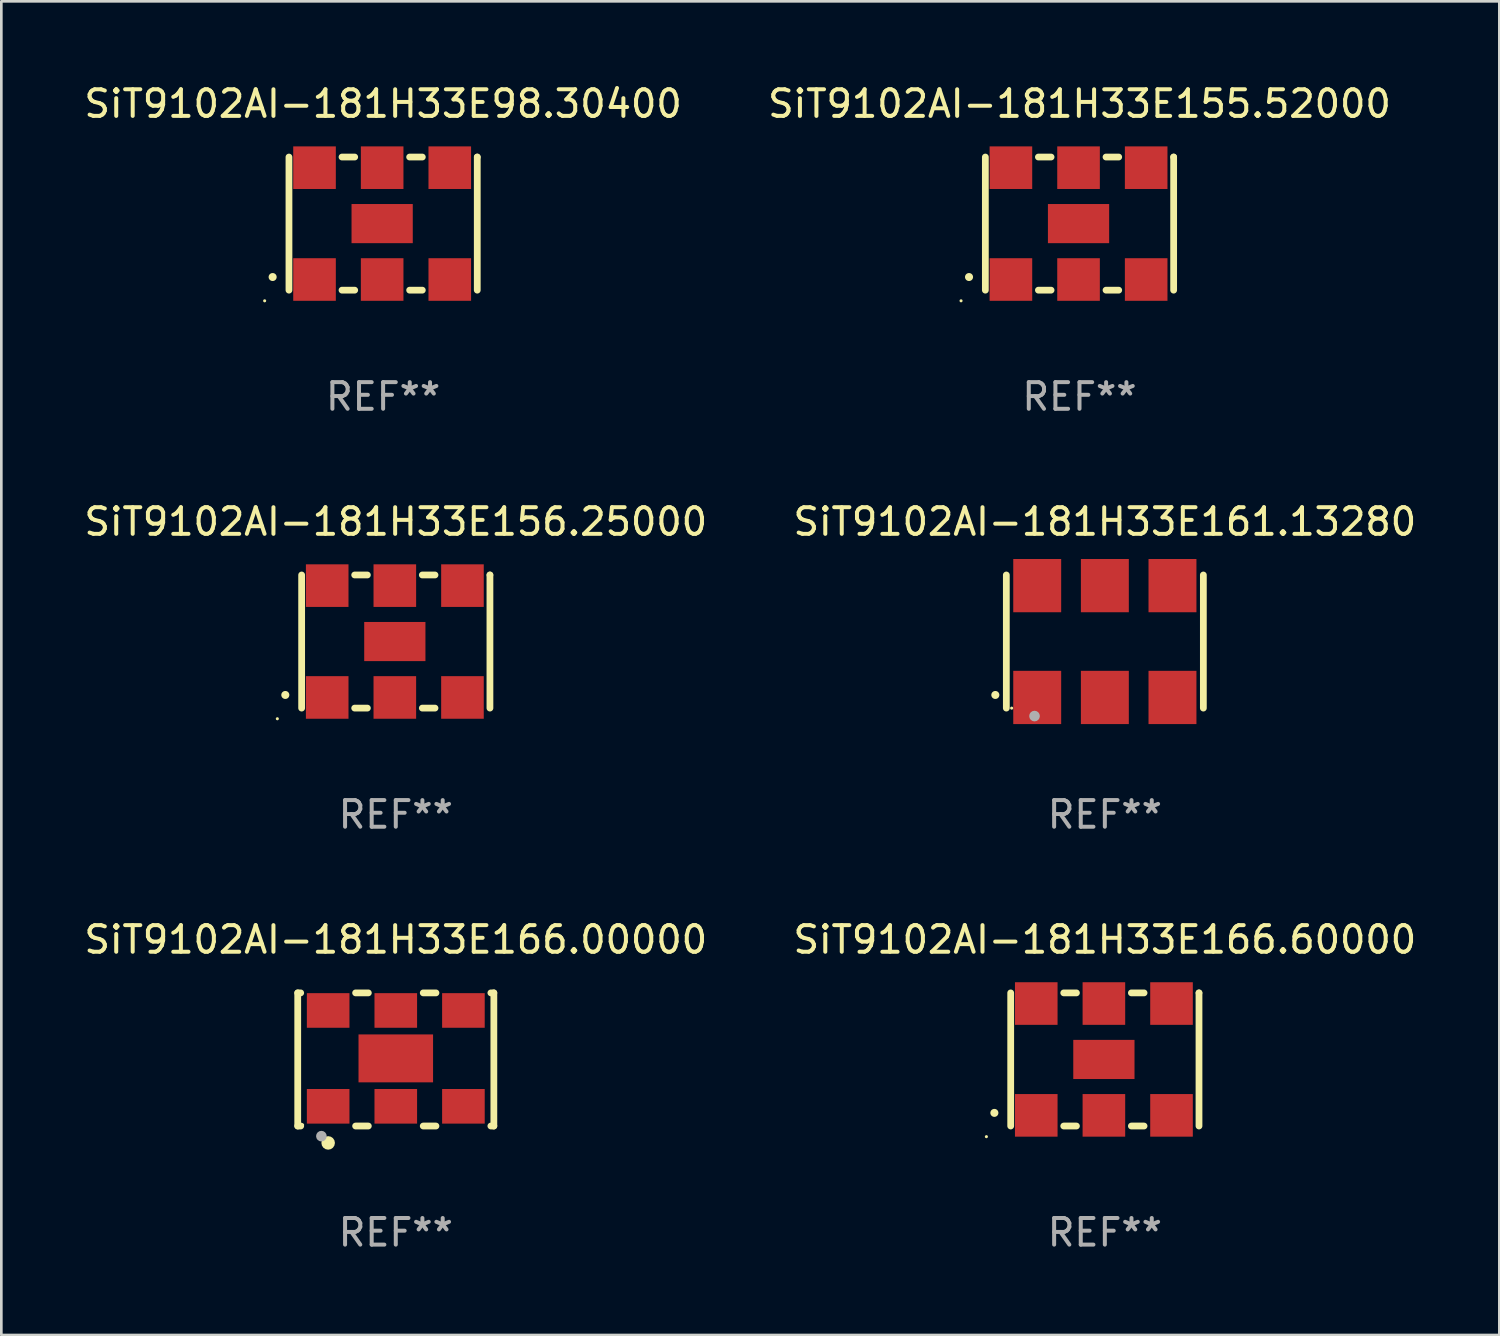
<source format=kicad_pcb>
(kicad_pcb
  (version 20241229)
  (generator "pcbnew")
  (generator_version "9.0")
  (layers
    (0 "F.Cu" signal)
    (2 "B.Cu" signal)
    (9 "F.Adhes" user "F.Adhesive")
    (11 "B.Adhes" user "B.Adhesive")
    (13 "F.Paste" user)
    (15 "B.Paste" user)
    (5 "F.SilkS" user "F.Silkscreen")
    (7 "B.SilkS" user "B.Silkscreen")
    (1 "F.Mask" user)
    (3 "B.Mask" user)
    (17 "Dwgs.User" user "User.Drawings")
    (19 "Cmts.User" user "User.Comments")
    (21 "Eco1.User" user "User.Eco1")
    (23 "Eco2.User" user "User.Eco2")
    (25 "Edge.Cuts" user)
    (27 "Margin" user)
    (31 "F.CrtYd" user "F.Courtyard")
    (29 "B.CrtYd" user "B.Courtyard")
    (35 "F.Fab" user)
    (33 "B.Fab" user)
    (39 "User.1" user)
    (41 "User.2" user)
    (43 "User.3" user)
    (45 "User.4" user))
  (footprint "SiT9102AI-181H33E166.00000"
    (layer "F.Cu")
    (at 11.815 36.741)
    (property "Reference" "SiT9102AI-181H33E166.00000" (at 0 -4.5 0) (layer "F.SilkS") (effects (font (size 1 1) (thickness 0.15))))
    (attr through_hole)
    (fp_line (start -3.683 -2.5) (end -3.571 -2.5) (stroke (width 0.254) (type solid)) (layer "F.SilkS"))
    (fp_line (start -3.683 2.5) (end -3.683 -2.5) (stroke (width 0.254) (type solid)) (layer "F.SilkS"))
    (fp_line (start -3.683 2.5) (end -3.571 2.5) (stroke (width 0.254) (type solid)) (layer "F.SilkS"))
    (fp_line (start -1.509 -2.5) (end -1.031 -2.5) (stroke (width 0.254) (type solid)) (layer "F.SilkS"))
    (fp_line (start -1.509 2.5) (end -1.031 2.5) (stroke (width 0.254) (type solid)) (layer "F.SilkS"))
    (fp_line (start 1.031 -2.5) (end 1.509 -2.5) (stroke (width 0.254) (type solid)) (layer "F.SilkS"))
    (fp_line (start 1.031 2.5) (end 1.509 2.5) (stroke (width 0.254) (type solid)) (layer "F.SilkS"))
    (fp_line (start 3.571 -2.5) (end 3.683 -2.5) (stroke (width 0.254) (type solid)) (layer "F.SilkS"))
    (fp_line (start 3.571 2.5) (end 3.683 2.5) (stroke (width 0.254) (type solid)) (layer "F.SilkS"))
    (fp_line (start 3.683 2.5) (end 3.683 -2.5) (stroke (width 0.254) (type solid)) (layer "F.SilkS"))
    (fp_circle (center -3.5 2.46) (end -3.47 2.46) (stroke (width 0.06) (type solid)) (fill no) (layer "F.SilkS"))
    (fp_circle (center -2.54 3.135) (end -2.413 3.135) (stroke (width 0.254) (type solid)) (fill no) (layer "F.SilkS"))
    (fp_circle (center -2.794 2.881) (end -2.694 2.881) (stroke (width 0.2) (type solid)) (fill no) (layer "F.Fab"))
    (fp_text user "REF**" (at 0 6.5 0) (layer "F.Fab") (effects (font (size 1 1) (thickness 0.15))))
    (pad "1" smd rect (at -2.54 1.76) (size 1.6 1.3) (layers "F.Cu" "F.Mask" "F.Paste"))
    (pad "2" smd rect (at 0 1.76) (size 1.6 1.3) (layers "F.Cu" "F.Mask" "F.Paste"))
    (pad "3" smd rect (at 2.54 1.76) (size 1.6 1.3) (layers "F.Cu" "F.Mask" "F.Paste"))
    (pad "4" smd rect (at 2.54 -1.84) (size 1.6 1.3) (layers "F.Cu" "F.Mask" "F.Paste"))
    (pad "5" smd rect (at 0 -1.84) (size 1.6 1.3) (layers "F.Cu" "F.Mask" "F.Paste"))
    (pad "6" smd rect (at -2.54 -1.84) (size 1.6 1.3) (layers "F.Cu" "F.Mask" "F.Paste"))
    (pad "7" smd rect (at 0 -0.04) (size 2.8 1.8) (layers "F.Cu" "F.Mask" "F.Paste")))
  (footprint "SiT9102AI-181H33E161.13280"
    (layer "F.Cu")
    (at 38.446 21.045)
    (property "Reference" "SiT9102AI-181H33E161.13280" (at 0 -4.5 0) (layer "F.SilkS") (effects (font (size 1 1) (thickness 0.15))))
    (attr through_hole)
    (fp_line (start -3.7 -2.5) (end -3.7 2.5) (stroke (width 0.254) (type solid)) (layer "F.SilkS"))
    (fp_line (start 3.7 -2.5) (end 3.7 2.5) (stroke (width 0.254) (type solid)) (layer "F.SilkS"))
    (fp_arc (start -4.114415 2.006604) (mid -4.113145 2.006599) (end -4.111875 2.006604) (stroke (width 0.3) (type solid)) (layer "F.SilkS"))
    (fp_circle (center -3.5 2.501) (end -3.47 2.501) (stroke (width 0.06) (type solid)) (fill no) (layer "F.SilkS"))
    (fp_circle (center -2.641 2.799) (end -2.541 2.799) (stroke (width 0.2) (type solid)) (fill no) (layer "F.Fab"))
    (fp_text user "REF**" (at 0 6.5 0) (layer "F.Fab") (effects (font (size 1 1) (thickness 0.15))))
    (pad "1" smd rect (at -2.54 2.1) (size 1.8 2) (layers "F.Cu" "F.Mask" "F.Paste"))
    (pad "2" smd rect (at 0.000394 2.1) (size 1.8 2) (layers "F.Cu" "F.Mask" "F.Paste"))
    (pad "3" smd rect (at 2.54 2.1) (size 1.8 2) (layers "F.Cu" "F.Mask" "F.Paste"))
    (pad "4" smd rect (at 2.54 -2.1) (size 1.8 2) (layers "F.Cu" "F.Mask" "F.Paste"))
    (pad "5" smd rect (at 0.000394 -2.1) (size 1.8 2) (layers "F.Cu" "F.Mask" "F.Paste"))
    (pad "6" smd rect (at -2.54 -2.1) (size 1.8 2) (layers "F.Cu" "F.Mask" "F.Paste")))
  (footprint "SiT9102AI-181H33E156.25000"
    (layer "F.Cu")
    (at 11.815 21.045)
    (property "Reference" "SiT9102AI-181H33E156.25000" (at 0 -4.5 0) (layer "F.SilkS") (effects (font (size 1 1) (thickness 0.15))))
    (attr through_hole)
    (fp_line (start -3.536 -2.5) (end -3.536 2.5) (stroke (width 0.254) (type solid)) (layer "F.SilkS"))
    (fp_line (start -1.544 2.5) (end -1.067 2.5) (stroke (width 0.254) (type solid)) (layer "F.SilkS"))
    (fp_line (start -1.067 -2.5) (end -1.544 -2.5) (stroke (width 0.254) (type solid)) (layer "F.SilkS"))
    (fp_line (start 0.996 2.5) (end 1.473 2.5) (stroke (width 0.254) (type solid)) (layer "F.SilkS"))
    (fp_line (start 1.473 -2.5) (end 0.996 -2.5) (stroke (width 0.254) (type solid)) (layer "F.SilkS"))
    (fp_line (start 3.536 -2.5) (end 3.536 -2.5) (stroke (width 0.254) (type solid)) (layer "F.SilkS"))
    (fp_line (start 3.536 2.5) (end 3.536 -2.5) (stroke (width 0.254) (type solid)) (layer "F.SilkS"))
    (fp_arc (start -4.150432 2.006604) (mid -4.149162 2.006599) (end -4.147892 2.006604) (stroke (width 0.3) (type solid)) (layer "F.SilkS"))
    (fp_circle (center -4.449 2.9) (end -4.419 2.9) (stroke (width 0.06) (type solid)) (fill no) (layer "F.SilkS"))
    (fp_text user "REF**" (at 0 6.5 0) (layer "F.Fab") (effects (font (size 1 1) (thickness 0.15))))
    (pad "1" smd rect (at -2.576 2.1) (size 1.6 1.6) (layers "F.Cu" "F.Mask" "F.Paste"))
    (pad "2" smd rect (at -0.036 2.1) (size 1.6 1.6) (layers "F.Cu" "F.Mask" "F.Paste"))
    (pad "3" smd rect (at 2.504 2.1) (size 1.6 1.6) (layers "F.Cu" "F.Mask" "F.Paste"))
    (pad "4" smd rect (at 2.504 -2.1) (size 1.6 1.6) (layers "F.Cu" "F.Mask" "F.Paste"))
    (pad "5" smd rect (at -0.036 -2.1) (size 1.6 1.6) (layers "F.Cu" "F.Mask" "F.Paste"))
    (pad "6" smd rect (at -2.576 -2.1) (size 1.6 1.6) (layers "F.Cu" "F.Mask" "F.Paste"))
    (pad "7" smd rect (at -0.036 0) (size 2.3 1.47) (layers "F.Cu" "F.Mask" "F.Paste")))
  (footprint "SiT9102AI-181H33E98.30400"
    (layer "F.Cu")
    (at 11.339 5.348)
    (property "Reference" "SiT9102AI-181H33E98.30400" (at 0 -4.5 0) (layer "F.SilkS") (effects (font (size 1 1) (thickness 0.15))))
    (attr through_hole)
    (fp_line (start -3.536 -2.5) (end -3.536 2.5) (stroke (width 0.254) (type solid)) (layer "F.SilkS"))
    (fp_line (start -1.544 2.5) (end -1.067 2.5) (stroke (width 0.254) (type solid)) (layer "F.SilkS"))
    (fp_line (start -1.067 -2.5) (end -1.544 -2.5) (stroke (width 0.254) (type solid)) (layer "F.SilkS"))
    (fp_line (start 0.996 2.5) (end 1.473 2.5) (stroke (width 0.254) (type solid)) (layer "F.SilkS"))
    (fp_line (start 1.473 -2.5) (end 0.996 -2.5) (stroke (width 0.254) (type solid)) (layer "F.SilkS"))
    (fp_line (start 3.536 -2.5) (end 3.536 -2.5) (stroke (width 0.254) (type solid)) (layer "F.SilkS"))
    (fp_line (start 3.536 2.5) (end 3.536 -2.5) (stroke (width 0.254) (type solid)) (layer "F.SilkS"))
    (fp_arc (start -4.150432 2.006604) (mid -4.149162 2.006599) (end -4.147892 2.006604) (stroke (width 0.3) (type solid)) (layer "F.SilkS"))
    (fp_circle (center -4.449 2.9) (end -4.419 2.9) (stroke (width 0.06) (type solid)) (fill no) (layer "F.SilkS"))
    (fp_text user "REF**" (at 0 6.5 0) (layer "F.Fab") (effects (font (size 1 1) (thickness 0.15))))
    (pad "1" smd rect (at -2.576 2.1) (size 1.6 1.6) (layers "F.Cu" "F.Mask" "F.Paste"))
    (pad "2" smd rect (at -0.036 2.1) (size 1.6 1.6) (layers "F.Cu" "F.Mask" "F.Paste"))
    (pad "3" smd rect (at 2.504 2.1) (size 1.6 1.6) (layers "F.Cu" "F.Mask" "F.Paste"))
    (pad "4" smd rect (at 2.504 -2.1) (size 1.6 1.6) (layers "F.Cu" "F.Mask" "F.Paste"))
    (pad "5" smd rect (at -0.036 -2.1) (size 1.6 1.6) (layers "F.Cu" "F.Mask" "F.Paste"))
    (pad "6" smd rect (at -2.576 -2.1) (size 1.6 1.6) (layers "F.Cu" "F.Mask" "F.Paste"))
    (pad "7" smd rect (at -0.036 0) (size 2.3 1.47) (layers "F.Cu" "F.Mask" "F.Paste")))
  (footprint "SiT9102AI-181H33E155.52000"
    (layer "F.Cu")
    (at 37.494 5.348)
    (property "Reference" "SiT9102AI-181H33E155.52000" (at 0 -4.5 0) (layer "F.SilkS") (effects (font (size 1 1) (thickness 0.15))))
    (attr through_hole)
    (fp_line (start -3.536 -2.5) (end -3.536 2.5) (stroke (width 0.254) (type solid)) (layer "F.SilkS"))
    (fp_line (start -1.544 2.5) (end -1.067 2.5) (stroke (width 0.254) (type solid)) (layer "F.SilkS"))
    (fp_line (start -1.067 -2.5) (end -1.544 -2.5) (stroke (width 0.254) (type solid)) (layer "F.SilkS"))
    (fp_line (start 0.996 2.5) (end 1.473 2.5) (stroke (width 0.254) (type solid)) (layer "F.SilkS"))
    (fp_line (start 1.473 -2.5) (end 0.996 -2.5) (stroke (width 0.254) (type solid)) (layer "F.SilkS"))
    (fp_line (start 3.536 -2.5) (end 3.536 -2.5) (stroke (width 0.254) (type solid)) (layer "F.SilkS"))
    (fp_line (start 3.536 2.5) (end 3.536 -2.5) (stroke (width 0.254) (type solid)) (layer "F.SilkS"))
    (fp_arc (start -4.150432 2.006604) (mid -4.149162 2.006599) (end -4.147892 2.006604) (stroke (width 0.3) (type solid)) (layer "F.SilkS"))
    (fp_circle (center -4.449 2.9) (end -4.419 2.9) (stroke (width 0.06) (type solid)) (fill no) (layer "F.SilkS"))
    (fp_text user "REF**" (at 0 6.5 0) (layer "F.Fab") (effects (font (size 1 1) (thickness 0.15))))
    (pad "1" smd rect (at -2.576 2.1) (size 1.6 1.6) (layers "F.Cu" "F.Mask" "F.Paste"))
    (pad "2" smd rect (at -0.036 2.1) (size 1.6 1.6) (layers "F.Cu" "F.Mask" "F.Paste"))
    (pad "3" smd rect (at 2.504 2.1) (size 1.6 1.6) (layers "F.Cu" "F.Mask" "F.Paste"))
    (pad "4" smd rect (at 2.504 -2.1) (size 1.6 1.6) (layers "F.Cu" "F.Mask" "F.Paste"))
    (pad "5" smd rect (at -0.036 -2.1) (size 1.6 1.6) (layers "F.Cu" "F.Mask" "F.Paste"))
    (pad "6" smd rect (at -2.576 -2.1) (size 1.6 1.6) (layers "F.Cu" "F.Mask" "F.Paste"))
    (pad "7" smd rect (at -0.036 0) (size 2.3 1.47) (layers "F.Cu" "F.Mask" "F.Paste")))
  (footprint "SiT9102AI-181H33E166.60000"
    (layer "F.Cu")
    (at 38.446 36.741)
    (property "Reference" "SiT9102AI-181H33E166.60000" (at 0 -4.5 0) (layer "F.SilkS") (effects (font (size 1 1) (thickness 0.15))))
    (attr through_hole)
    (fp_line (start -3.536 -2.5) (end -3.536 2.5) (stroke (width 0.254) (type solid)) (layer "F.SilkS"))
    (fp_line (start -1.544 2.5) (end -1.067 2.5) (stroke (width 0.254) (type solid)) (layer "F.SilkS"))
    (fp_line (start -1.067 -2.5) (end -1.544 -2.5) (stroke (width 0.254) (type solid)) (layer "F.SilkS"))
    (fp_line (start 0.996 2.5) (end 1.473 2.5) (stroke (width 0.254) (type solid)) (layer "F.SilkS"))
    (fp_line (start 1.473 -2.5) (end 0.996 -2.5) (stroke (width 0.254) (type solid)) (layer "F.SilkS"))
    (fp_line (start 3.536 -2.5) (end 3.536 -2.5) (stroke (width 0.254) (type solid)) (layer "F.SilkS"))
    (fp_line (start 3.536 2.5) (end 3.536 -2.5) (stroke (width 0.254) (type solid)) (layer "F.SilkS"))
    (fp_arc (start -4.150432 2.006604) (mid -4.149162 2.006599) (end -4.147892 2.006604) (stroke (width 0.3) (type solid)) (layer "F.SilkS"))
    (fp_circle (center -4.449 2.9) (end -4.419 2.9) (stroke (width 0.06) (type solid)) (fill no) (layer "F.SilkS"))
    (fp_text user "REF**" (at 0 6.5 0) (layer "F.Fab") (effects (font (size 1 1) (thickness 0.15))))
    (pad "1" smd rect (at -2.576 2.1) (size 1.6 1.6) (layers "F.Cu" "F.Mask" "F.Paste"))
    (pad "2" smd rect (at -0.036 2.1) (size 1.6 1.6) (layers "F.Cu" "F.Mask" "F.Paste"))
    (pad "3" smd rect (at 2.504 2.1) (size 1.6 1.6) (layers "F.Cu" "F.Mask" "F.Paste"))
    (pad "4" smd rect (at 2.504 -2.1) (size 1.6 1.6) (layers "F.Cu" "F.Mask" "F.Paste"))
    (pad "5" smd rect (at -0.036 -2.1) (size 1.6 1.6) (layers "F.Cu" "F.Mask" "F.Paste"))
    (pad "6" smd rect (at -2.576 -2.1) (size 1.6 1.6) (layers "F.Cu" "F.Mask" "F.Paste"))
    (pad "7" smd rect (at -0.036 0) (size 2.3 1.47) (layers "F.Cu" "F.Mask" "F.Paste")))
  (gr_rect
    (start -3 -3)
    (end 53.262 47.09)
    (stroke (width 0.1) (type default))
    (fill no)
    (layer "Edge.Cuts")))
</source>
